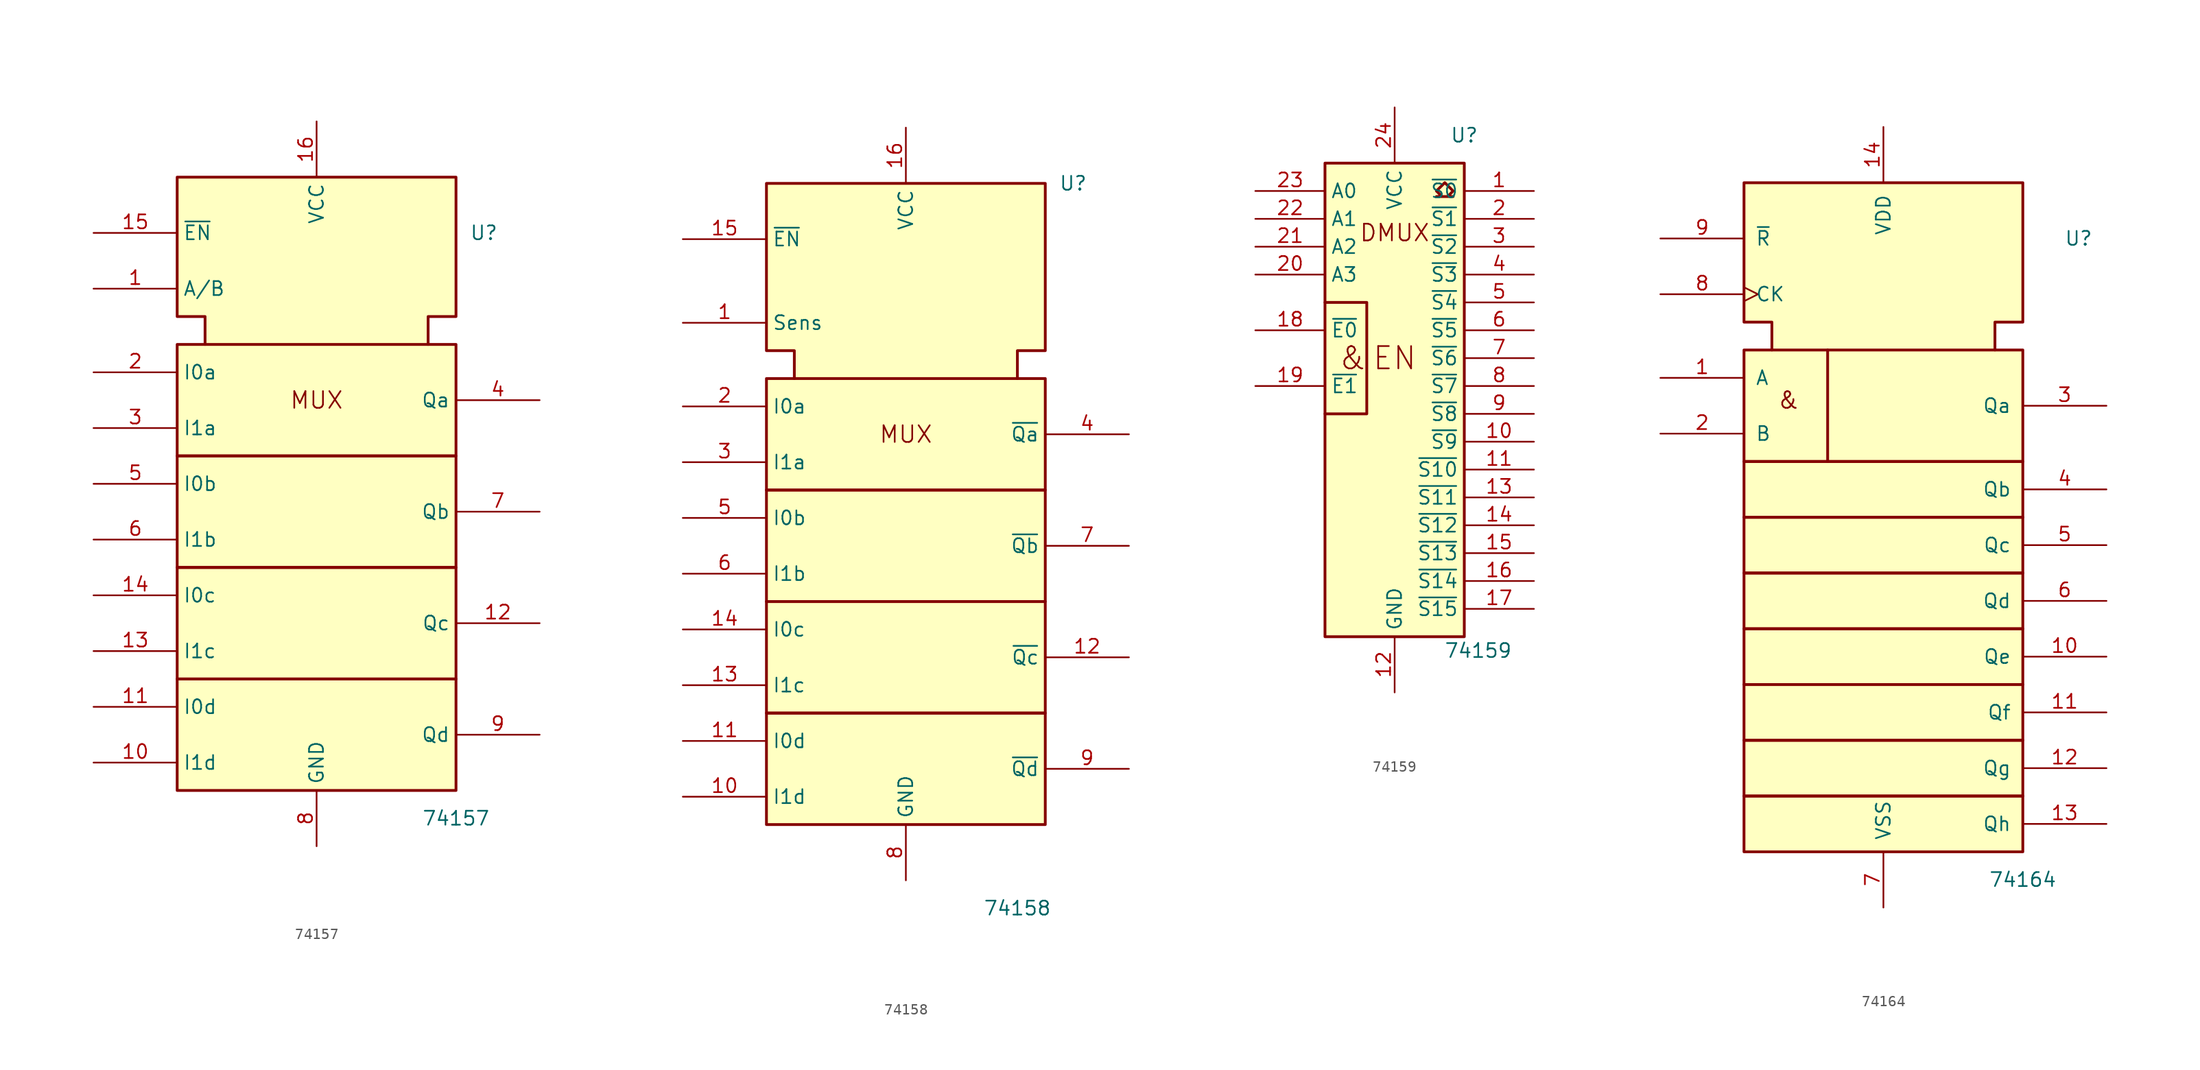
<source format=kicad_sym>
(kicad_symbol_lib
  (version 20241209)
  (generator "kicad_symbol_editor")
  (generator_version "9.0")
  (symbol "74157"
    (property "Reference" "U"
      (at 15.24 20.32 0)
      (effects (font (size 1.27 1.27))))
    (property "Value" "74157"
      (at 12.7 -33.02 0)
      (effects (font (size 1.27 1.27))))
    (symbol "74157_0_0"
      (rectangle (start -12.7 10.16) (end 12.7 0) (stroke (width 0.254) (type default)) (fill (type background)))
      (rectangle (start -12.7 0) (end 12.7 -10.16) (stroke (width 0.254) (type default)) (fill (type background)))
      (rectangle (start -12.7 -10.16) (end 12.7 -20.32) (stroke (width 0.254) (type default)) (fill (type background)))
      (rectangle (start -12.7 -20.32) (end 12.7 -30.48) (stroke (width 0.254) (type default)) (fill (type background)))
      (polyline (pts (xy -10.16 10.16) (xy -10.16 12.7) (xy -12.7 12.7) (xy -12.7 25.4) (xy 12.7 25.4) (xy 12.7 12.7) (xy 10.16 12.7) (xy 10.16 10.16) (xy 10.16 10.16)) (stroke (width 0.254) (type default)) (fill (type background)))
      (text "MUX" (at 0 5.08 0) (effects (font (size 1.524 1.524))))
      (pin power_in line (at 0 30.48 270) (length 5.08) (name "VCC" (effects (font (size 1.27 1.27)))) (number "16" (effects (font (size 1.27 1.27)))))
      (pin power_in line (at 0 -35.56 90) (length 5.08) (name "GND" (effects (font (size 1.27 1.27)))) (number "8" (effects (font (size 1.27 1.27))))))
    (symbol "74157_1_1"
      (pin input line (at -20.32 20.32 0) (length 7.62) (name "~{EN}" (effects (font (size 1.27 1.27)))) (number "15" (effects (font (size 1.27 1.27)))))
      (pin input line (at -20.32 15.24 0) (length 7.62) (name "A/B" (effects (font (size 1.27 1.27)))) (number "1" (effects (font (size 1.27 1.27)))))
      (pin input line (at -20.32 7.62 0) (length 7.62) (name "I0a" (effects (font (size 1.27 1.27)))) (number "2" (effects (font (size 1.27 1.27)))))
      (pin input line (at -20.32 2.54 0) (length 7.62) (name "I1a" (effects (font (size 1.27 1.27)))) (number "3" (effects (font (size 1.27 1.27)))))
      (pin input line (at -20.32 -2.54 0) (length 7.62) (name "I0b" (effects (font (size 1.27 1.27)))) (number "5" (effects (font (size 1.27 1.27)))))
      (pin input line (at -20.32 -7.62 0) (length 7.62) (name "I1b" (effects (font (size 1.27 1.27)))) (number "6" (effects (font (size 1.27 1.27)))))
      (pin input line (at -20.32 -12.7 0) (length 7.62) (name "I0c" (effects (font (size 1.27 1.27)))) (number "14" (effects (font (size 1.27 1.27)))))
      (pin input line (at -20.32 -17.78 0) (length 7.62) (name "I1c" (effects (font (size 1.27 1.27)))) (number "13" (effects (font (size 1.27 1.27)))))
      (pin input line (at -20.32 -22.86 0) (length 7.62) (name "I0d" (effects (font (size 1.27 1.27)))) (number "11" (effects (font (size 1.27 1.27)))))
      (pin input line (at -20.32 -27.94 0) (length 7.62) (name "I1d" (effects (font (size 1.27 1.27)))) (number "10" (effects (font (size 1.27 1.27)))))
      (pin output line (at 20.32 5.08 180) (length 7.62) (name "Qa" (effects (font (size 1.27 1.27)))) (number "4" (effects (font (size 1.27 1.27)))))
      (pin output line (at 20.32 -5.08 180) (length 7.62) (name "Qb" (effects (font (size 1.27 1.27)))) (number "7" (effects (font (size 1.27 1.27)))))
      (pin output line (at 20.32 -15.24 180) (length 7.62) (name "Qc" (effects (font (size 1.27 1.27)))) (number "12" (effects (font (size 1.27 1.27)))))
      (pin output line (at 20.32 -25.4 180) (length 7.62) (name "Qd" (effects (font (size 1.27 1.27)))) (number "9" (effects (font (size 1.27 1.27)))))))
  (symbol "74158"
    (property "Reference" "U"
      (at 15.24 48.26 0)
      (effects (font (size 1.27 1.27))))
    (property "Value" "74158"
      (at 10.16 -17.78 0)
      (effects (font (size 1.27 1.27))))
    (symbol "74158_0_0"
      (rectangle (start -12.7 30.48) (end 12.7 20.32) (stroke (width 0.254) (type default)) (fill (type background)))
      (rectangle (start -12.7 20.32) (end 12.7 10.16) (stroke (width 0.254) (type default)) (fill (type background)))
      (rectangle (start -12.7 10.16) (end 12.7 0) (stroke (width 0.254) (type default)) (fill (type background)))
      (rectangle (start -12.7 0) (end 12.7 -10.16) (stroke (width 0.254) (type default)) (fill (type background)))
      (polyline (pts (xy -10.16 30.48) (xy -10.16 33.02) (xy -12.7 33.02) (xy -12.7 48.26) (xy 12.7 48.26) (xy 12.7 33.02) (xy 10.16 33.02) (xy 10.16 30.48) (xy 10.16 30.48)) (stroke (width 0.254) (type default)) (fill (type background)))
      (text "MUX" (at 0 25.4 0) (effects (font (size 1.524 1.524))))
      (pin power_in line (at 0 53.34 270) (length 5.08) (name "VCC" (effects (font (size 1.27 1.27)))) (number "16" (effects (font (size 1.27 1.27)))))
      (pin power_in line (at 0 -15.24 90) (length 5.08) (name "GND" (effects (font (size 1.27 1.27)))) (number "8" (effects (font (size 1.27 1.27))))))
    (symbol "74158_1_1"
      (pin input line (at -20.32 43.18 0) (length 7.62) (name "~{EN}" (effects (font (size 1.27 1.27)))) (number "15" (effects (font (size 1.27 1.27)))))
      (pin input line (at -20.32 35.56 0) (length 7.62) (name "Sens" (effects (font (size 1.27 1.27)))) (number "1" (effects (font (size 1.27 1.27)))))
      (pin input line (at -20.32 27.94 0) (length 7.62) (name "I0a" (effects (font (size 1.27 1.27)))) (number "2" (effects (font (size 1.27 1.27)))))
      (pin input line (at -20.32 22.86 0) (length 7.62) (name "I1a" (effects (font (size 1.27 1.27)))) (number "3" (effects (font (size 1.27 1.27)))))
      (pin input line (at -20.32 17.78 0) (length 7.62) (name "I0b" (effects (font (size 1.27 1.27)))) (number "5" (effects (font (size 1.27 1.27)))))
      (pin input line (at -20.32 12.7 0) (length 7.62) (name "I1b" (effects (font (size 1.27 1.27)))) (number "6" (effects (font (size 1.27 1.27)))))
      (pin input line (at -20.32 7.62 0) (length 7.62) (name "I0c" (effects (font (size 1.27 1.27)))) (number "14" (effects (font (size 1.27 1.27)))))
      (pin input line (at -20.32 2.54 0) (length 7.62) (name "I1c" (effects (font (size 1.27 1.27)))) (number "13" (effects (font (size 1.27 1.27)))))
      (pin input line (at -20.32 -2.54 0) (length 7.62) (name "I0d" (effects (font (size 1.27 1.27)))) (number "11" (effects (font (size 1.27 1.27)))))
      (pin input line (at -20.32 -7.62 0) (length 7.62) (name "I1d" (effects (font (size 1.27 1.27)))) (number "10" (effects (font (size 1.27 1.27)))))
      (pin output line (at 20.32 25.4 180) (length 7.62) (name "~{Qa}" (effects (font (size 1.27 1.27)))) (number "4" (effects (font (size 1.27 1.27)))))
      (pin output line (at 20.32 15.24 180) (length 7.62) (name "~{Qb}" (effects (font (size 1.27 1.27)))) (number "7" (effects (font (size 1.27 1.27)))))
      (pin output line (at 20.32 5.08 180) (length 7.62) (name "~{Qc}" (effects (font (size 1.27 1.27)))) (number "12" (effects (font (size 1.27 1.27)))))
      (pin output line (at 20.32 -5.08 180) (length 7.62) (name "~{Qd}" (effects (font (size 1.27 1.27)))) (number "9" (effects (font (size 1.27 1.27)))))))
  (symbol "74159"
    (property "Reference" "U"
      (at 6.35 25.4 0)
      (effects (font (size 1.27 1.27))))
    (property "Value" "74159"
      (at 7.62 -21.59 0)
      (effects (font (size 1.27 1.27))))
    (symbol "74159_0_0"
      (rectangle (start -6.35 22.86) (end 6.35 -20.32) (stroke (width 0.254) (type default)) (fill (type background)))
      (polyline (pts (xy -6.35 10.16) (xy -2.54 10.16) (xy -2.54 0) (xy -6.35 0) (xy -6.35 0)) (stroke (width 0.254) (type default)) (fill (type background)))
      (polyline (pts (xy 4.572 21.082) (xy 3.81 20.32) (xy 4.318 19.812) (xy 3.81 19.812) (xy 5.334 19.812) (xy 4.826 19.812) (xy 5.334 20.32) (xy 4.572 21.082) (xy 4.572 21.082)) (stroke (width 0.254) (type default)) (fill (type background)))
      (text "&" (at -3.81 5.08 0) (effects (font (size 2.032 2.032))))
      (text "DMUX" (at 0 16.51 0) (effects (font (size 1.524 1.524))))
      (text "EN" (at 0 5.08 0) (effects (font (size 2.032 2.032))))
      (pin power_in line (at 0 27.94 270) (length 5.08) (name "VCC" (effects (font (size 1.27 1.27)))) (number "24" (effects (font (size 1.27 1.27)))))
      (pin power_in line (at 0 -25.4 90) (length 5.08) (name "GND" (effects (font (size 1.27 1.27)))) (number "12" (effects (font (size 1.27 1.27))))))
    (symbol "74159_1_1"
      (pin input line (at -12.7 20.32 0) (length 6.35) (name "A0" (effects (font (size 1.27 1.27)))) (number "23" (effects (font (size 1.27 1.27)))))
      (pin input line (at -12.7 17.78 0) (length 6.35) (name "A1" (effects (font (size 1.27 1.27)))) (number "22" (effects (font (size 1.27 1.27)))))
      (pin input line (at -12.7 15.24 0) (length 6.35) (name "A2" (effects (font (size 1.27 1.27)))) (number "21" (effects (font (size 1.27 1.27)))))
      (pin input line (at -12.7 12.7 0) (length 6.35) (name "A3" (effects (font (size 1.27 1.27)))) (number "20" (effects (font (size 1.27 1.27)))))
      (pin input line (at -12.7 7.62 0) (length 6.35) (name "~{E0}" (effects (font (size 1.27 1.27)))) (number "18" (effects (font (size 1.27 1.27)))))
      (pin input line (at -12.7 2.54 0) (length 6.35) (name "~{E1}" (effects (font (size 1.27 1.27)))) (number "19" (effects (font (size 1.27 1.27)))))
      (pin open_collector line (at 12.7 20.32 180) (length 6.35) (name "~{S0}" (effects (font (size 1.27 1.27)))) (number "1" (effects (font (size 1.27 1.27)))))
      (pin open_collector line (at 12.7 17.78 180) (length 6.35) (name "~{S1}" (effects (font (size 1.27 1.27)))) (number "2" (effects (font (size 1.27 1.27)))))
      (pin open_collector line (at 12.7 15.24 180) (length 6.35) (name "~{S2}" (effects (font (size 1.27 1.27)))) (number "3" (effects (font (size 1.27 1.27)))))
      (pin open_collector line (at 12.7 12.7 180) (length 6.35) (name "~{S3}" (effects (font (size 1.27 1.27)))) (number "4" (effects (font (size 1.27 1.27)))))
      (pin open_collector line (at 12.7 10.16 180) (length 6.35) (name "~{S4}" (effects (font (size 1.27 1.27)))) (number "5" (effects (font (size 1.27 1.27)))))
      (pin open_collector line (at 12.7 7.62 180) (length 6.35) (name "~{S5}" (effects (font (size 1.27 1.27)))) (number "6" (effects (font (size 1.27 1.27)))))
      (pin open_collector line (at 12.7 5.08 180) (length 6.35) (name "~{S6}" (effects (font (size 1.27 1.27)))) (number "7" (effects (font (size 1.27 1.27)))))
      (pin open_collector line (at 12.7 2.54 180) (length 6.35) (name "~{S7}" (effects (font (size 1.27 1.27)))) (number "8" (effects (font (size 1.27 1.27)))))
      (pin open_collector line (at 12.7 0 180) (length 6.35) (name "~{S8}" (effects (font (size 1.27 1.27)))) (number "9" (effects (font (size 1.27 1.27)))))
      (pin open_collector line (at 12.7 -2.54 180) (length 6.35) (name "~{S9}" (effects (font (size 1.27 1.27)))) (number "10" (effects (font (size 1.27 1.27)))))
      (pin open_collector line (at 12.7 -5.08 180) (length 6.35) (name "~{S10}" (effects (font (size 1.27 1.27)))) (number "11" (effects (font (size 1.27 1.27)))))
      (pin open_collector line (at 12.7 -7.62 180) (length 6.35) (name "~{S11}" (effects (font (size 1.27 1.27)))) (number "13" (effects (font (size 1.27 1.27)))))
      (pin open_collector line (at 12.7 -10.16 180) (length 6.35) (name "~{S12}" (effects (font (size 1.27 1.27)))) (number "14" (effects (font (size 1.27 1.27)))))
      (pin open_collector line (at 12.7 -12.7 180) (length 6.35) (name "~{S13}" (effects (font (size 1.27 1.27)))) (number "15" (effects (font (size 1.27 1.27)))))
      (pin open_collector line (at 12.7 -15.24 180) (length 6.35) (name "~{S14}" (effects (font (size 1.27 1.27)))) (number "16" (effects (font (size 1.27 1.27)))))
      (pin open_collector line (at 12.7 -17.78 180) (length 6.35) (name "~{S15}" (effects (font (size 1.27 1.27)))) (number "17" (effects (font (size 1.27 1.27)))))))
  (symbol "74164"
    (pin_names
      (offset 1.016))
    (property "Reference" "U"
      (at 17.78 12.7 0)
      (effects (font (size 1.27 1.27))))
    (property "Value" "74164"
      (at 12.7 -45.72 0)
      (effects (font (size 1.27 1.27))))
    (symbol "74164_0_0"
      (text "&" (at -8.636 -2.032 0) (effects (font (size 1.524 1.524)))))
    (symbol "74164_0_1"
      (rectangle (start -12.7 2.54) (end 12.7 -7.62) (stroke (width 0.254) (type default)) (fill (type background)))
      (rectangle (start -12.7 -7.62) (end 12.7 -12.7) (stroke (width 0.254) (type default)) (fill (type background)))
      (rectangle (start -12.7 -12.7) (end 12.7 -17.78) (stroke (width 0.254) (type default)) (fill (type background)))
      (rectangle (start -12.7 -17.78) (end 12.7 -22.86) (stroke (width 0.254) (type default)) (fill (type background)))
      (rectangle (start -12.7 -22.86) (end 12.7 -27.94) (stroke (width 0.254) (type default)) (fill (type background)))
      (rectangle (start -12.7 -27.94) (end 12.7 -33.02) (stroke (width 0.254) (type default)) (fill (type background)))
      (rectangle (start -12.7 -33.02) (end 12.7 -38.1) (stroke (width 0.254) (type default)) (fill (type background)))
      (rectangle (start -12.7 -38.1) (end 12.7 -43.18) (stroke (width 0.254) (type default)) (fill (type background)))
      (polyline (pts (xy -10.16 2.54) (xy -10.16 5.08) (xy -12.7 5.08) (xy -12.7 17.78) (xy 12.7 17.78) (xy 12.7 5.08) (xy 10.16 5.08) (xy 10.16 2.54) (xy 10.16 2.54)) (stroke (width 0.254) (type default)) (fill (type background)))
      (polyline (pts (xy -5.08 2.54) (xy -5.08 -7.62) (xy -5.08 -7.62)) (stroke (width 0.254) (type default)) (fill (type background))))
    (symbol "74164_1_1"
      (pin input line (at -20.32 12.7 0) (length 7.62) (name "~{R}" (effects (font (size 1.27 1.27)))) (number "9" (effects (font (size 1.27 1.27)))))
      (pin input clock (at -20.32 7.62 0) (length 7.62) (name "CK" (effects (font (size 1.27 1.27)))) (number "8" (effects (font (size 1.27 1.27)))))
      (pin input line (at -20.32 0 0) (length 7.62) (name "A" (effects (font (size 1.27 1.27)))) (number "1" (effects (font (size 1.27 1.27)))))
      (pin input line (at -20.32 -5.08 0) (length 7.62) (name "B" (effects (font (size 1.27 1.27)))) (number "2" (effects (font (size 1.27 1.27)))))
      (pin power_in line (at 0 22.86 270) (length 5.08) (name "VDD" (effects (font (size 1.27 1.27)))) (number "14" (effects (font (size 1.27 1.27)))))
      (pin power_in line (at 0 -48.26 90) (length 5.08) (name "VSS" (effects (font (size 1.27 1.27)))) (number "7" (effects (font (size 1.27 1.27)))))
      (pin output line (at 20.32 -2.54 180) (length 7.62) (name "Qa" (effects (font (size 1.27 1.27)))) (number "3" (effects (font (size 1.27 1.27)))))
      (pin output line (at 20.32 -10.16 180) (length 7.62) (name "Qb" (effects (font (size 1.27 1.27)))) (number "4" (effects (font (size 1.27 1.27)))))
      (pin output line (at 20.32 -15.24 180) (length 7.62) (name "Qc" (effects (font (size 1.27 1.27)))) (number "5" (effects (font (size 1.27 1.27)))))
      (pin output line (at 20.32 -20.32 180) (length 7.62) (name "Qd" (effects (font (size 1.27 1.27)))) (number "6" (effects (font (size 1.27 1.27)))))
      (pin output line (at 20.32 -25.4 180) (length 7.62) (name "Qe" (effects (font (size 1.27 1.27)))) (number "10" (effects (font (size 1.27 1.27)))))
      (pin output line (at 20.32 -30.48 180) (length 7.62) (name "Qf" (effects (font (size 1.27 1.27)))) (number "11" (effects (font (size 1.27 1.27)))))
      (pin output line (at 20.32 -35.56 180) (length 7.62) (name "Qg" (effects (font (size 1.27 1.27)))) (number "12" (effects (font (size 1.27 1.27)))))
      (pin output line (at 20.32 -40.64 180) (length 7.62) (name "Qh" (effects (font (size 1.27 1.27)))) (number "13" (effects (font (size 1.27 1.27))))))))
</source>
